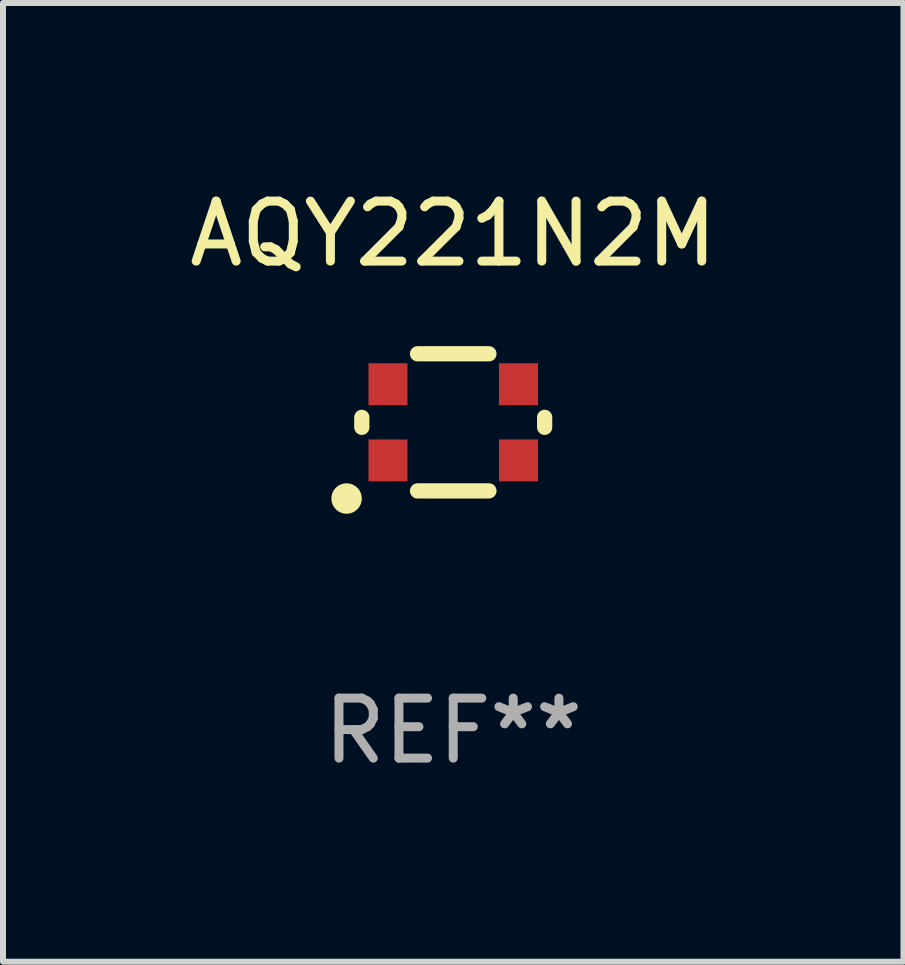
<source format=kicad_pcb>
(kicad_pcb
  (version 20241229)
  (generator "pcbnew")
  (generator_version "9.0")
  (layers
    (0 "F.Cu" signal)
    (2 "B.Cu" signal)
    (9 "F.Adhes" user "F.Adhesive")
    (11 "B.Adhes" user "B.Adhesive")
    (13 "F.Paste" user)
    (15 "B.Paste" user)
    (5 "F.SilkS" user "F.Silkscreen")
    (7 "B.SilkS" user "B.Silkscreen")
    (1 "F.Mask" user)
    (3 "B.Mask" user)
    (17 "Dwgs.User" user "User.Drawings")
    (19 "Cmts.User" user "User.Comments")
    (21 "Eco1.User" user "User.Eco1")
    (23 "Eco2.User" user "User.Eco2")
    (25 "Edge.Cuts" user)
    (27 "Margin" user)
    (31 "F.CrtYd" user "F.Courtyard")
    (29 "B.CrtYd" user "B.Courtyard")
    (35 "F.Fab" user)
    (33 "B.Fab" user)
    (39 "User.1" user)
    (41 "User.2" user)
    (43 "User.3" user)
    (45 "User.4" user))
  (footprint "AQY221N2M"
    (layer "F.Cu")
    (at 4.506 3.991)
    (property "Reference" "AQY221N2M" (at 0 -3.143 0) (layer "F.SilkS") (effects (font (size 1 1) (thickness 0.15))))
    (attr through_hole)
    (fp_line (start -1.524 0.083) (end -1.524 -0.083) (stroke (width 0.254) (type solid)) (layer "F.SilkS"))
    (fp_line (start 0.595 -1.143) (end -0.595 -1.143) (stroke (width 0.254) (type solid)) (layer "F.SilkS"))
    (fp_line (start 0.595 1.143) (end -0.595 1.143) (stroke (width 0.254) (type solid)) (layer "F.SilkS"))
    (fp_line (start 1.524 0.083) (end 1.524 -0.083) (stroke (width 0.254) (type solid)) (layer "F.SilkS"))
    (fp_circle (center -1.778 1.27) (end -1.651 1.27) (stroke (width 0.254) (type solid)) (fill no) (layer "F.SilkS"))
    (fp_text user "REF**" (at 0 5.143 0) (layer "F.Fab") (effects (font (size 1 1) (thickness 0.15))))
    (pad "1" smd rect (at -1.088 0.635) (size 0.65 0.7) (layers "F.Cu" "F.Mask" "F.Paste"))
    (pad "2" smd rect (at -1.088 -0.635) (size 0.65 0.7) (layers "F.Cu" "F.Mask" "F.Paste"))
    (pad "3" smd rect (at 1.088 0.635) (size 0.65 0.7) (layers "F.Cu" "F.Mask" "F.Paste"))
    (pad "4" smd rect (at 1.088 -0.635) (size 0.65 0.7) (layers "F.Cu" "F.Mask" "F.Paste")))
  (gr_rect
    (start -3 -3)
    (end 12.012 12.983)
    (stroke (width 0.1) (type default))
    (fill no)
    (layer "Edge.Cuts")))
</source>
